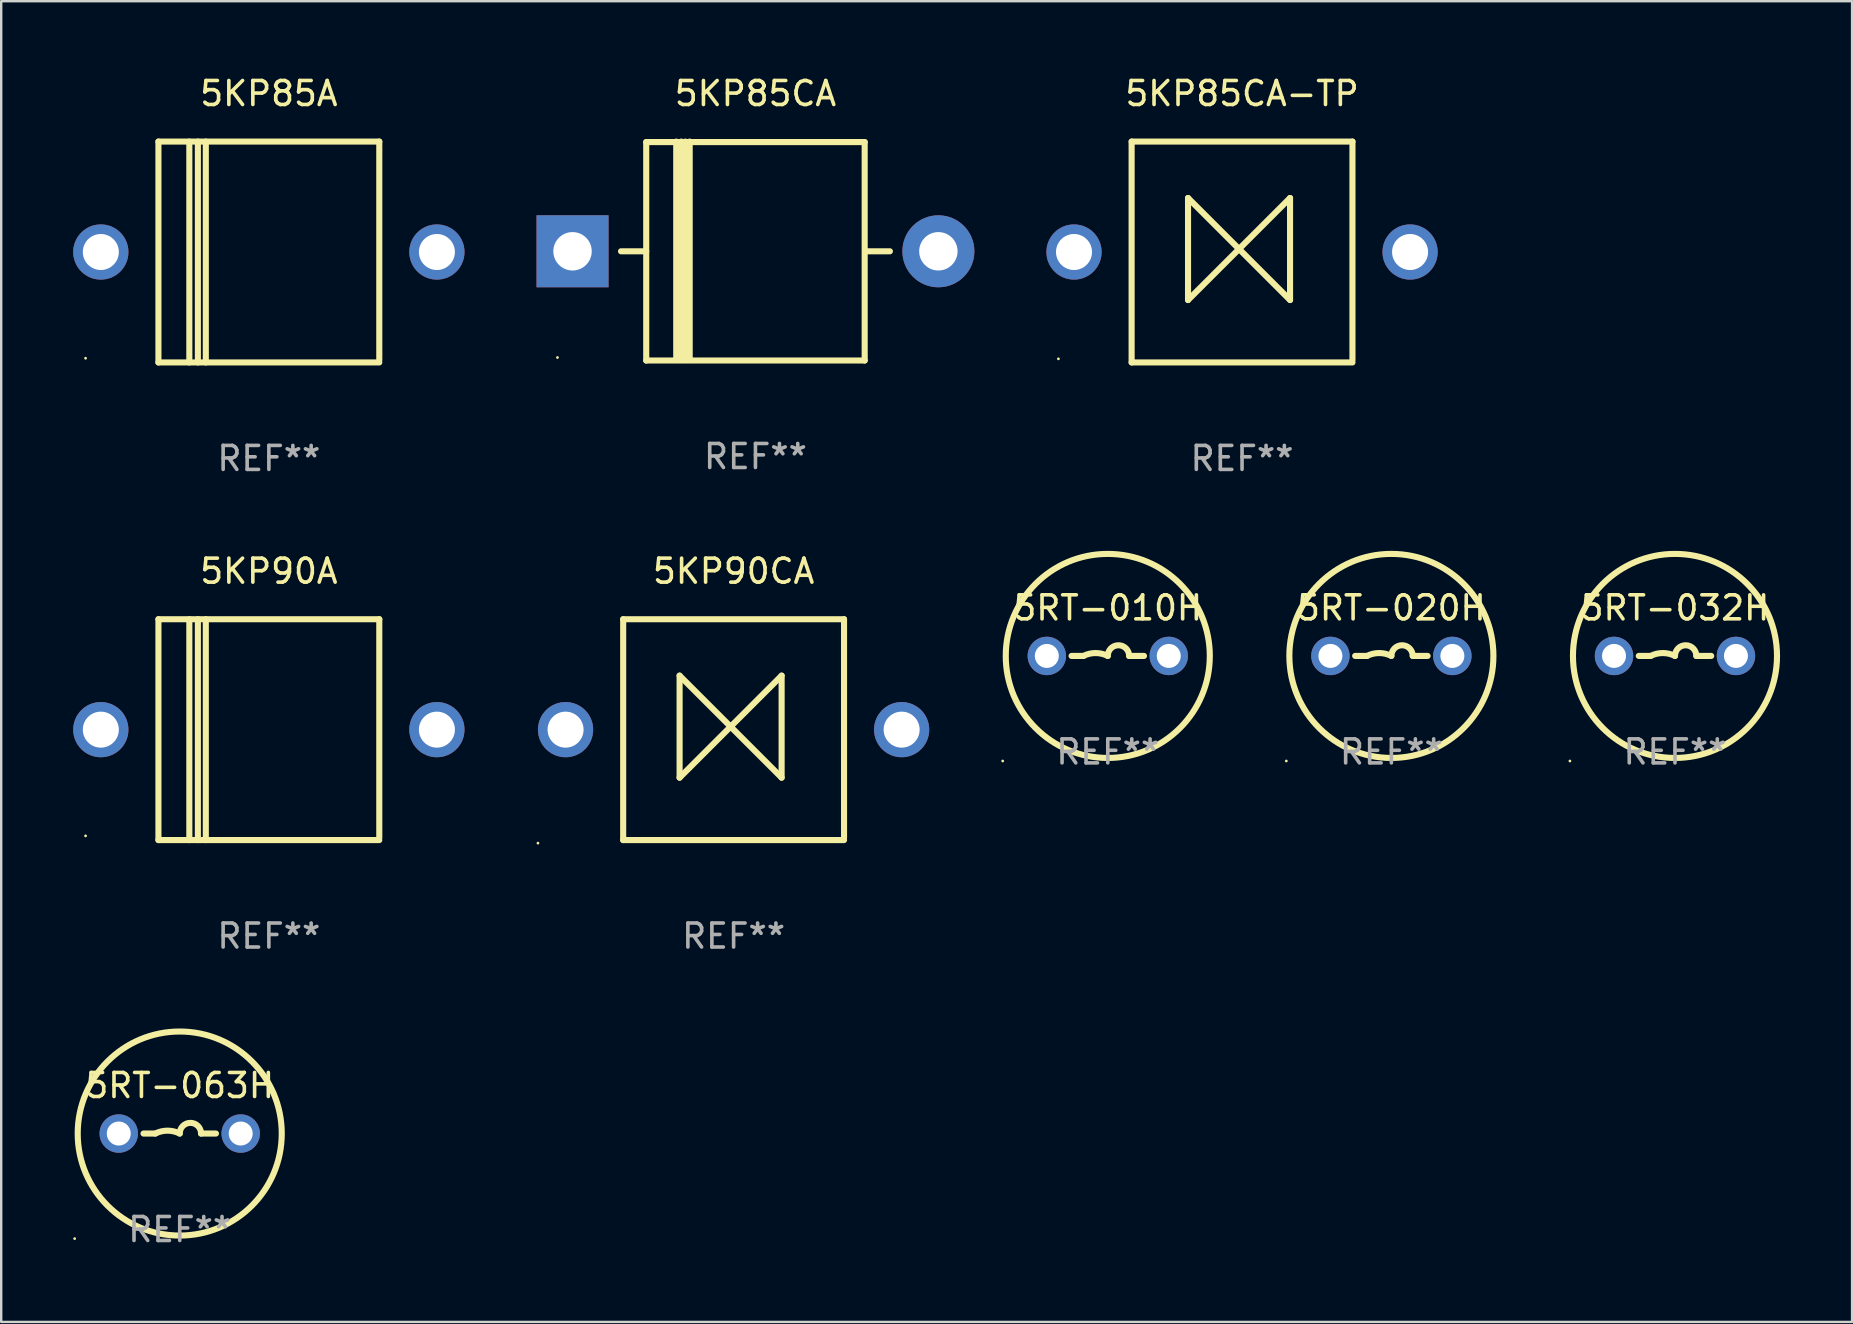
<source format=kicad_pcb>
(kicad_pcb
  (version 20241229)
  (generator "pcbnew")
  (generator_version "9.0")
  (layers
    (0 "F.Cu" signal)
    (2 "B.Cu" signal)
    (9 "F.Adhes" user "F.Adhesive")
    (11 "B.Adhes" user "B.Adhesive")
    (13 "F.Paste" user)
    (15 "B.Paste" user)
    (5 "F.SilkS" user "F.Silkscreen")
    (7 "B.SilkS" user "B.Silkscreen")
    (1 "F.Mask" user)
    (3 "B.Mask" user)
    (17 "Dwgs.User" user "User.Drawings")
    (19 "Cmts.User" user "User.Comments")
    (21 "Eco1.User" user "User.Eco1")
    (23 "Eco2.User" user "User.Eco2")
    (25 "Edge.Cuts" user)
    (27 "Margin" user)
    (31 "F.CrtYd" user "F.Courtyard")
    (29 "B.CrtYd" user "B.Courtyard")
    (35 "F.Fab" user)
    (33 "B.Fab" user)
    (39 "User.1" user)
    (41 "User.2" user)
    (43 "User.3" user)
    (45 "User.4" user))
  (footprint "5RT-020H"
    (layer "F.Cu")
    (at 54.911 24.274)
    (property "Reference" "5RT-020H" (at 0 -2 0) (layer "F.SilkS") (effects (font (size 1 1) (thickness 0.15))))
    (attr through_hole)
    (fp_line (start -1.509 0) (end -1.016 0) (stroke (width 0.254) (type solid)) (layer "F.SilkS"))
    (fp_line (start 1.509 0) (end 0.889 0) (stroke (width 0.254) (type solid)) (layer "F.SilkS"))
    (fp_arc (start -1.016002 0) (mid -0.508001 -0.119923) (end 0 0) (stroke (width 0.254001) (type solid)) (layer "F.SilkS"))
    (fp_arc (start 0 0) (mid 0.444501 -0.444501) (end 0.889002 0) (stroke (width 0.254001) (type solid)) (layer "F.SilkS"))
    (fp_circle (center -4.377 4.377) (end -4.347 4.377) (stroke (width 0.06) (type solid)) (fill no) (layer "F.SilkS"))
    (fp_circle (center 0 0) (end 4.25 0) (stroke (width 0.254) (type solid)) (fill no) (layer "F.SilkS"))
    (fp_text user "REF**" (at 0 4 0) (layer "F.Fab") (effects (font (size 1 1) (thickness 0.15))))
    (pad "1" thru_hole circle (at -2.54 0) (size 1.6 1.6) (drill 1) (layers "*.Cu" "*.Mask"))
    (pad "2" thru_hole circle (at 2.54 0) (size 1.6 1.6) (drill 1) (layers "*.Cu" "*.Mask")))
  (footprint "5RT-063H"
    (layer "F.Cu")
    (at 4.437 44.17)
    (property "Reference" "5RT-063H" (at 0 -2 0) (layer "F.SilkS") (effects (font (size 1 1) (thickness 0.15))))
    (attr through_hole)
    (fp_line (start -1.509 0) (end -1.016 0) (stroke (width 0.254) (type solid)) (layer "F.SilkS"))
    (fp_line (start 1.509 0) (end 0.889 0) (stroke (width 0.254) (type solid)) (layer "F.SilkS"))
    (fp_arc (start -1.016002 0) (mid -0.508001 -0.119923) (end 0 0) (stroke (width 0.254001) (type solid)) (layer "F.SilkS"))
    (fp_arc (start 0 0) (mid 0.444501 -0.444501) (end 0.889002 0) (stroke (width 0.254001) (type solid)) (layer "F.SilkS"))
    (fp_circle (center -4.377 4.377) (end -4.347 4.377) (stroke (width 0.06) (type solid)) (fill no) (layer "F.SilkS"))
    (fp_circle (center 0 0) (end 4.25 0) (stroke (width 0.254) (type solid)) (fill no) (layer "F.SilkS"))
    (fp_text user "REF**" (at 0 4 0) (layer "F.Fab") (effects (font (size 1 1) (thickness 0.15))))
    (pad "1" thru_hole circle (at -2.54 0) (size 1.6 1.6) (drill 1) (layers "*.Cu" "*.Mask"))
    (pad "2" thru_hole circle (at 2.54 0) (size 1.6 1.6) (drill 1) (layers "*.Cu" "*.Mask")))
  (footprint "5KP90A"
    (layer "F.Cu")
    (at 8.15 27.345)
    (property "Reference" "5KP90A" (at 0 -6.6 0) (layer "F.SilkS") (effects (font (size 1 1) (thickness 0.15))))
    (attr through_hole)
    (fp_line (start -4.6 -4.6) (end -4.6 4.6) (stroke (width 0.254) (type solid)) (layer "F.SilkS"))
    (fp_line (start -4.6 -4.6) (end 4.6 -4.6) (stroke (width 0.254) (type solid)) (layer "F.SilkS"))
    (fp_line (start -4.6 4.6) (end 4.6 4.6) (stroke (width 0.254) (type solid)) (layer "F.SilkS"))
    (fp_line (start -3.313 -4.6) (end -3.313 4.6) (stroke (width 0.254) (type solid)) (layer "F.SilkS"))
    (fp_line (start -2.957 -4.6) (end -2.957 4.6) (stroke (width 0.254) (type solid)) (layer "F.SilkS"))
    (fp_line (start -2.627 -4.6) (end -2.627 4.6) (stroke (width 0.254) (type solid)) (layer "F.SilkS"))
    (fp_line (start 4.6 -4.6) (end 4.6 4.5) (stroke (width 0.254) (type solid)) (layer "F.SilkS"))
    (fp_circle (center -7.635 4.425) (end -7.605 4.425) (stroke (width 0.06) (type solid)) (fill no) (layer "F.SilkS"))
    (fp_text user "REF**" (at 0 8.6 0) (layer "F.Fab") (effects (font (size 1 1) (thickness 0.15))))
    (pad "1" thru_hole circle (at -7 0) (size 2.3 2.3) (drill 1.5) (layers "*.Cu" "*.Mask"))
    (pad "2" thru_hole circle (at 7 0) (size 2.3 2.3) (drill 1.5) (layers "*.Cu" "*.Mask")))
  (footprint "5KP90CA"
    (layer "F.Cu")
    (at 27.51 27.345)
    (property "Reference" "5KP90CA" (at 0 -6.6 0) (layer "F.SilkS") (effects (font (size 1 1) (thickness 0.15))))
    (attr through_hole)
    (fp_line (start -4.6 -4.6) (end -4.6 4.6) (stroke (width 0.254) (type solid)) (layer "F.SilkS"))
    (fp_line (start -4.6 -4.6) (end 4.6 -4.6) (stroke (width 0.254) (type solid)) (layer "F.SilkS"))
    (fp_line (start -4.6 4.6) (end 4.6 4.6) (stroke (width 0.254) (type solid)) (layer "F.SilkS"))
    (fp_line (start -2.25 -2.25) (end -2.25 2) (stroke (width 0.254) (type solid)) (layer "F.SilkS"))
    (fp_line (start -2.25 2) (end 2 -2.25) (stroke (width 0.254) (type solid)) (layer "F.SilkS"))
    (fp_line (start 2 -2.25) (end 2 2) (stroke (width 0.254) (type solid)) (layer "F.SilkS"))
    (fp_line (start 2 2) (end -2.25 -2.25) (stroke (width 0.254) (type solid)) (layer "F.SilkS"))
    (fp_line (start 4.6 -4.6) (end 4.6 4.5) (stroke (width 0.254) (type solid)) (layer "F.SilkS"))
    (fp_circle (center -8.15 4.727) (end -8.12 4.727) (stroke (width 0.06) (type solid)) (fill no) (layer "F.SilkS"))
    (fp_text user "REF**" (at 0 8.6 0) (layer "F.Fab") (effects (font (size 1 1) (thickness 0.15))))
    (pad "1" thru_hole circle (at -7 0) (size 2.3 2.3) (drill 1.5) (layers "*.Cu" "*.Mask"))
    (pad "2" thru_hole circle (at 7 0) (size 2.3 2.3) (drill 1.5) (layers "*.Cu" "*.Mask")))
  (footprint "5RT-032H"
    (layer "F.Cu")
    (at 66.725 24.274)
    (property "Reference" "5RT-032H" (at 0 -2 0) (layer "F.SilkS") (effects (font (size 1 1) (thickness 0.15))))
    (attr through_hole)
    (fp_line (start -1.509 0) (end -1.016 0) (stroke (width 0.254) (type solid)) (layer "F.SilkS"))
    (fp_line (start 1.509 0) (end 0.889 0) (stroke (width 0.254) (type solid)) (layer "F.SilkS"))
    (fp_arc (start -1.016002 0) (mid -0.508001 -0.119923) (end 0 0) (stroke (width 0.254001) (type solid)) (layer "F.SilkS"))
    (fp_arc (start 0 0) (mid 0.444501 -0.444501) (end 0.889002 0) (stroke (width 0.254001) (type solid)) (layer "F.SilkS"))
    (fp_circle (center -4.377 4.377) (end -4.347 4.377) (stroke (width 0.06) (type solid)) (fill no) (layer "F.SilkS"))
    (fp_circle (center 0 0) (end 4.25 0) (stroke (width 0.254) (type solid)) (fill no) (layer "F.SilkS"))
    (fp_text user "REF**" (at 0 4 0) (layer "F.Fab") (effects (font (size 1 1) (thickness 0.15))))
    (pad "1" thru_hole circle (at -2.54 0) (size 1.6 1.6) (drill 1) (layers "*.Cu" "*.Mask"))
    (pad "2" thru_hole circle (at 2.54 0) (size 1.6 1.6) (drill 1) (layers "*.Cu" "*.Mask")))
  (footprint "5KP85CA-TP"
    (layer "F.Cu")
    (at 48.69 7.448)
    (property "Reference" "5KP85CA-TP" (at 0 -6.6 0) (layer "F.SilkS") (effects (font (size 1 1) (thickness 0.15))))
    (attr through_hole)
    (fp_line (start -4.6 -4.6) (end -4.6 4.6) (stroke (width 0.254) (type solid)) (layer "F.SilkS"))
    (fp_line (start -4.6 -4.6) (end 4.6 -4.6) (stroke (width 0.254) (type solid)) (layer "F.SilkS"))
    (fp_line (start -4.6 4.6) (end 4.6 4.6) (stroke (width 0.254) (type solid)) (layer "F.SilkS"))
    (fp_line (start -2.25 -2.25) (end -2.25 2) (stroke (width 0.254) (type solid)) (layer "F.SilkS"))
    (fp_line (start -2.25 2) (end 2 -2.25) (stroke (width 0.254) (type solid)) (layer "F.SilkS"))
    (fp_line (start 2 -2.25) (end 2 2) (stroke (width 0.254) (type solid)) (layer "F.SilkS"))
    (fp_line (start 2 2) (end -2.25 -2.25) (stroke (width 0.254) (type solid)) (layer "F.SilkS"))
    (fp_line (start 4.6 -4.6) (end 4.6 4.5) (stroke (width 0.254) (type solid)) (layer "F.SilkS"))
    (fp_circle (center -7.65 4.45) (end -7.62 4.45) (stroke (width 0.06) (type solid)) (fill no) (layer "F.SilkS"))
    (fp_text user "REF**" (at 0 8.6 0) (layer "F.Fab") (effects (font (size 1 1) (thickness 0.15))))
    (pad "1" thru_hole circle (at -7 0) (size 2.3 2.3) (drill 1.5) (layers "*.Cu" "*.Mask"))
    (pad "2" thru_hole circle (at 7 0) (size 2.3 2.3) (drill 1.5) (layers "*.Cu" "*.Mask")))
  (footprint "5RT-010H"
    (layer "F.Cu")
    (at 43.097 24.274)
    (property "Reference" "5RT-010H" (at 0 -2 0) (layer "F.SilkS") (effects (font (size 1 1) (thickness 0.15))))
    (attr through_hole)
    (fp_line (start -1.509 0) (end -1.016 0) (stroke (width 0.254) (type solid)) (layer "F.SilkS"))
    (fp_line (start 1.509 0) (end 0.889 0) (stroke (width 0.254) (type solid)) (layer "F.SilkS"))
    (fp_arc (start -1.016002 0) (mid -0.508001 -0.119923) (end 0 0) (stroke (width 0.254001) (type solid)) (layer "F.SilkS"))
    (fp_arc (start 0 0) (mid 0.444501 -0.444501) (end 0.889002 0) (stroke (width 0.254001) (type solid)) (layer "F.SilkS"))
    (fp_circle (center -4.377 4.377) (end -4.347 4.377) (stroke (width 0.06) (type solid)) (fill no) (layer "F.SilkS"))
    (fp_circle (center 0 0) (end 4.25 0) (stroke (width 0.254) (type solid)) (fill no) (layer "F.SilkS"))
    (fp_text user "REF**" (at 0 4 0) (layer "F.Fab") (effects (font (size 1 1) (thickness 0.15))))
    (pad "1" thru_hole circle (at -2.54 0) (size 1.6 1.6) (drill 1) (layers "*.Cu" "*.Mask"))
    (pad "2" thru_hole circle (at 2.54 0) (size 1.6 1.6) (drill 1) (layers "*.Cu" "*.Mask")))
  (footprint "5KP85CA"
    (layer "F.Cu")
    (at 28.42 7.408)
    (property "Reference" "5KP85CA" (at 0 -6.56 0) (layer "F.SilkS") (effects (font (size 1 1) (thickness 0.15))))
    (attr through_hole)
    (fp_line (start -5.6 0.01) (end -4.55 0.01) (stroke (width 0.254) (type solid)) (layer "F.SilkS"))
    (fp_line (start -4.55 -4.54) (end -4.55 4.56) (stroke (width 0.254) (type solid)) (layer "F.SilkS"))
    (fp_line (start -4.55 -4.54) (end 4.55 -4.54) (stroke (width 0.254) (type solid)) (layer "F.SilkS"))
    (fp_line (start -3.3 4.54) (end -3.3 -4.56) (stroke (width 0.254) (type solid)) (layer "F.SilkS"))
    (fp_line (start -3.09 4.54) (end -3.09 -4.56) (stroke (width 0.254) (type solid)) (layer "F.SilkS"))
    (fp_line (start -2.919 4.541) (end -2.919 -4.559) (stroke (width 0.254) (type solid)) (layer "F.SilkS"))
    (fp_line (start -2.74 4.54) (end -2.74 -4.56) (stroke (width 0.254) (type solid)) (layer "F.SilkS"))
    (fp_line (start 4.55 4.56) (end 4.55 -4.54) (stroke (width 0.254) (type solid)) (layer "F.SilkS"))
    (fp_line (start 4.55 4.56) (end -4.55 4.56) (stroke (width 0.254) (type solid)) (layer "F.SilkS"))
    (fp_line (start 4.58 0.01) (end 5.6 0.01) (stroke (width 0.254) (type solid)) (layer "F.SilkS"))
    (fp_circle (center -8.248 4.435) (end -8.218 4.435) (stroke (width 0.06) (type solid)) (fill no) (layer "F.SilkS"))
    (fp_text user "REF**" (at 0 8.56 0) (layer "F.Fab") (effects (font (size 1 1) (thickness 0.15))))
    (pad "1" thru_hole rect (at -7.62 0.01 180) (size 3 3) (drill 1.6) (layers "*.Cu" "*.Mask"))
    (pad "2" thru_hole circle (at 7.62 0.01) (size 3 3) (drill 1.6) (layers "*.Cu" "*.Mask")))
  (footprint "5KP85A"
    (layer "F.Cu")
    (at 8.15 7.448)
    (property "Reference" "5KP85A" (at 0 -6.6 0) (layer "F.SilkS") (effects (font (size 1 1) (thickness 0.15))))
    (attr through_hole)
    (fp_line (start -4.6 -4.6) (end -4.6 4.6) (stroke (width 0.254) (type solid)) (layer "F.SilkS"))
    (fp_line (start -4.6 -4.6) (end 4.6 -4.6) (stroke (width 0.254) (type solid)) (layer "F.SilkS"))
    (fp_line (start -4.6 4.6) (end 4.6 4.6) (stroke (width 0.254) (type solid)) (layer "F.SilkS"))
    (fp_line (start -3.313 -4.6) (end -3.313 4.6) (stroke (width 0.254) (type solid)) (layer "F.SilkS"))
    (fp_line (start -2.957 -4.6) (end -2.957 4.6) (stroke (width 0.254) (type solid)) (layer "F.SilkS"))
    (fp_line (start -2.627 -4.6) (end -2.627 4.6) (stroke (width 0.254) (type solid)) (layer "F.SilkS"))
    (fp_line (start 4.6 -4.6) (end 4.6 4.5) (stroke (width 0.254) (type solid)) (layer "F.SilkS"))
    (fp_circle (center -7.635 4.425) (end -7.605 4.425) (stroke (width 0.06) (type solid)) (fill no) (layer "F.SilkS"))
    (fp_text user "REF**" (at 0 8.6 0) (layer "F.Fab") (effects (font (size 1 1) (thickness 0.15))))
    (pad "1" thru_hole circle (at -7 0) (size 2.3 2.3) (drill 1.5) (layers "*.Cu" "*.Mask"))
    (pad "2" thru_hole circle (at 7 0) (size 2.3 2.3) (drill 1.5) (layers "*.Cu" "*.Mask")))
  (gr_rect
    (start -3 -3)
    (end 74.102 52.018)
    (stroke (width 0.1) (type default))
    (fill no)
    (layer "Edge.Cuts")))
</source>
